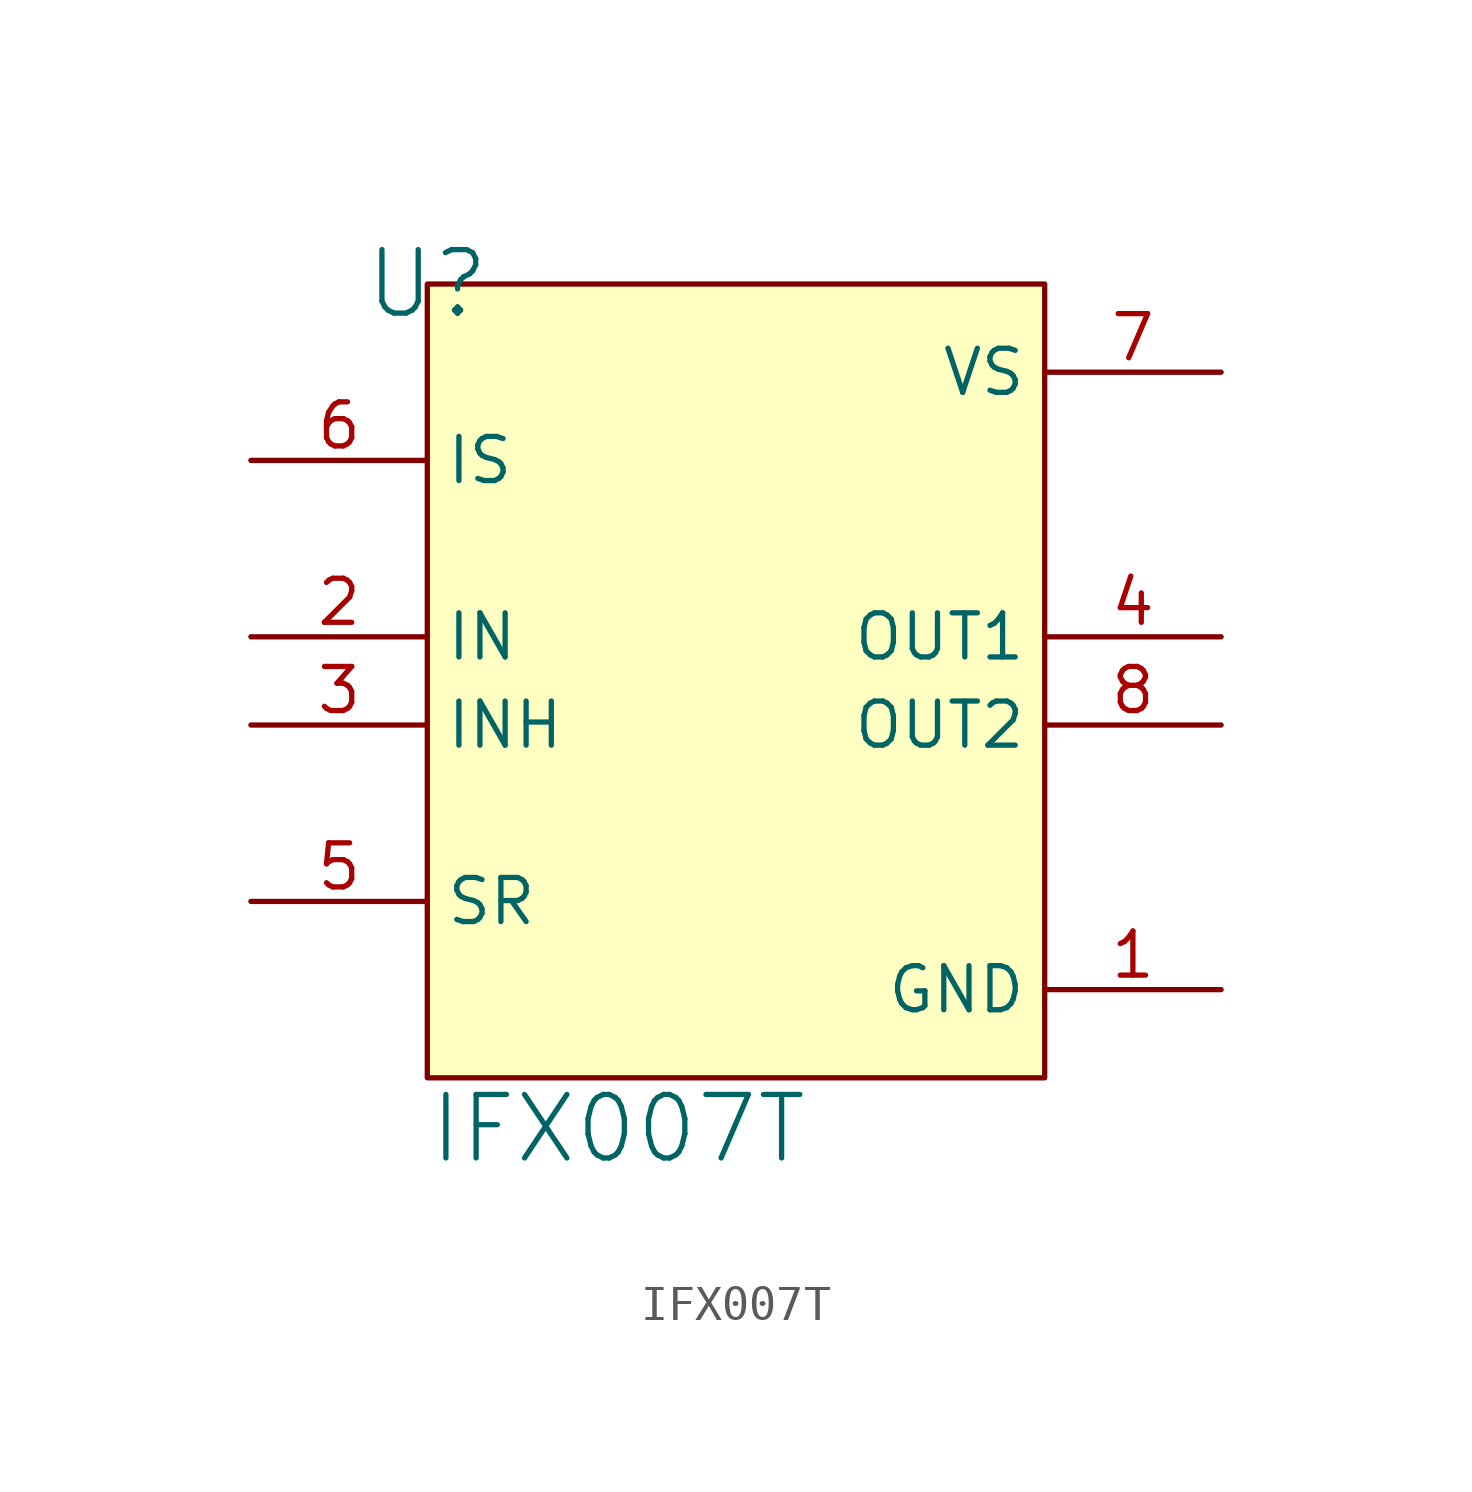
<source format=kicad_sym>
(kicad_symbol_lib
  (version 20241209)
  (generator "kicad_symbol_editor")
  (generator_version "9.0")
  (symbol "IFX007T"
    (property "Reference" "U"
      (at 0 0 0)
      (effects (font (size 1.829 1.829))))
    (property "Value" "IFX007T"
      (at 0 -25.4 0)
      (effects (font (size 1.829 1.829)) (justify left bottom)))
    (symbol "IFX007T_1_0"
      (rectangle (start 17.78 0) (end 0 -22.86) (stroke (width 0) (type solid) (color 128 0 0 1)) (fill (type background)))
      (pin output line (at -5.08 -5.08 0) (length 5.08) (name "IS" (effects (font (size 1.27 1.27)))) (number "6" (effects (font (size 1.27 1.27)))))
      (pin input line (at -5.08 -10.16 0) (length 5.08) (name "IN" (effects (font (size 1.27 1.27)))) (number "2" (effects (font (size 1.27 1.27)))))
      (pin input line (at -5.08 -12.7 0) (length 5.08) (name "INH" (effects (font (size 1.27 1.27)))) (number "3" (effects (font (size 1.27 1.27)))))
      (pin input line (at -5.08 -17.78 0) (length 5.08) (name "SR" (effects (font (size 1.27 1.27)))) (number "5" (effects (font (size 1.27 1.27)))))
      (pin power_in line (at 22.86 -2.54 180) (length 5.08) (name "VS" (effects (font (size 1.27 1.27)))) (number "7" (effects (font (size 1.27 1.27)))))
      (pin output line (at 22.86 -10.16 180) (length 5.08) (name "OUT1" (effects (font (size 1.27 1.27)))) (number "4" (effects (font (size 1.27 1.27)))))
      (pin output line (at 22.86 -12.7 180) (length 5.08) (name "OUT2" (effects (font (size 1.27 1.27)))) (number "8" (effects (font (size 1.27 1.27)))))
      (pin power_in line (at 22.86 -20.32 180) (length 5.08) (name "GND" (effects (font (size 1.27 1.27)))) (number "1" (effects (font (size 1.27 1.27))))))))
</source>
